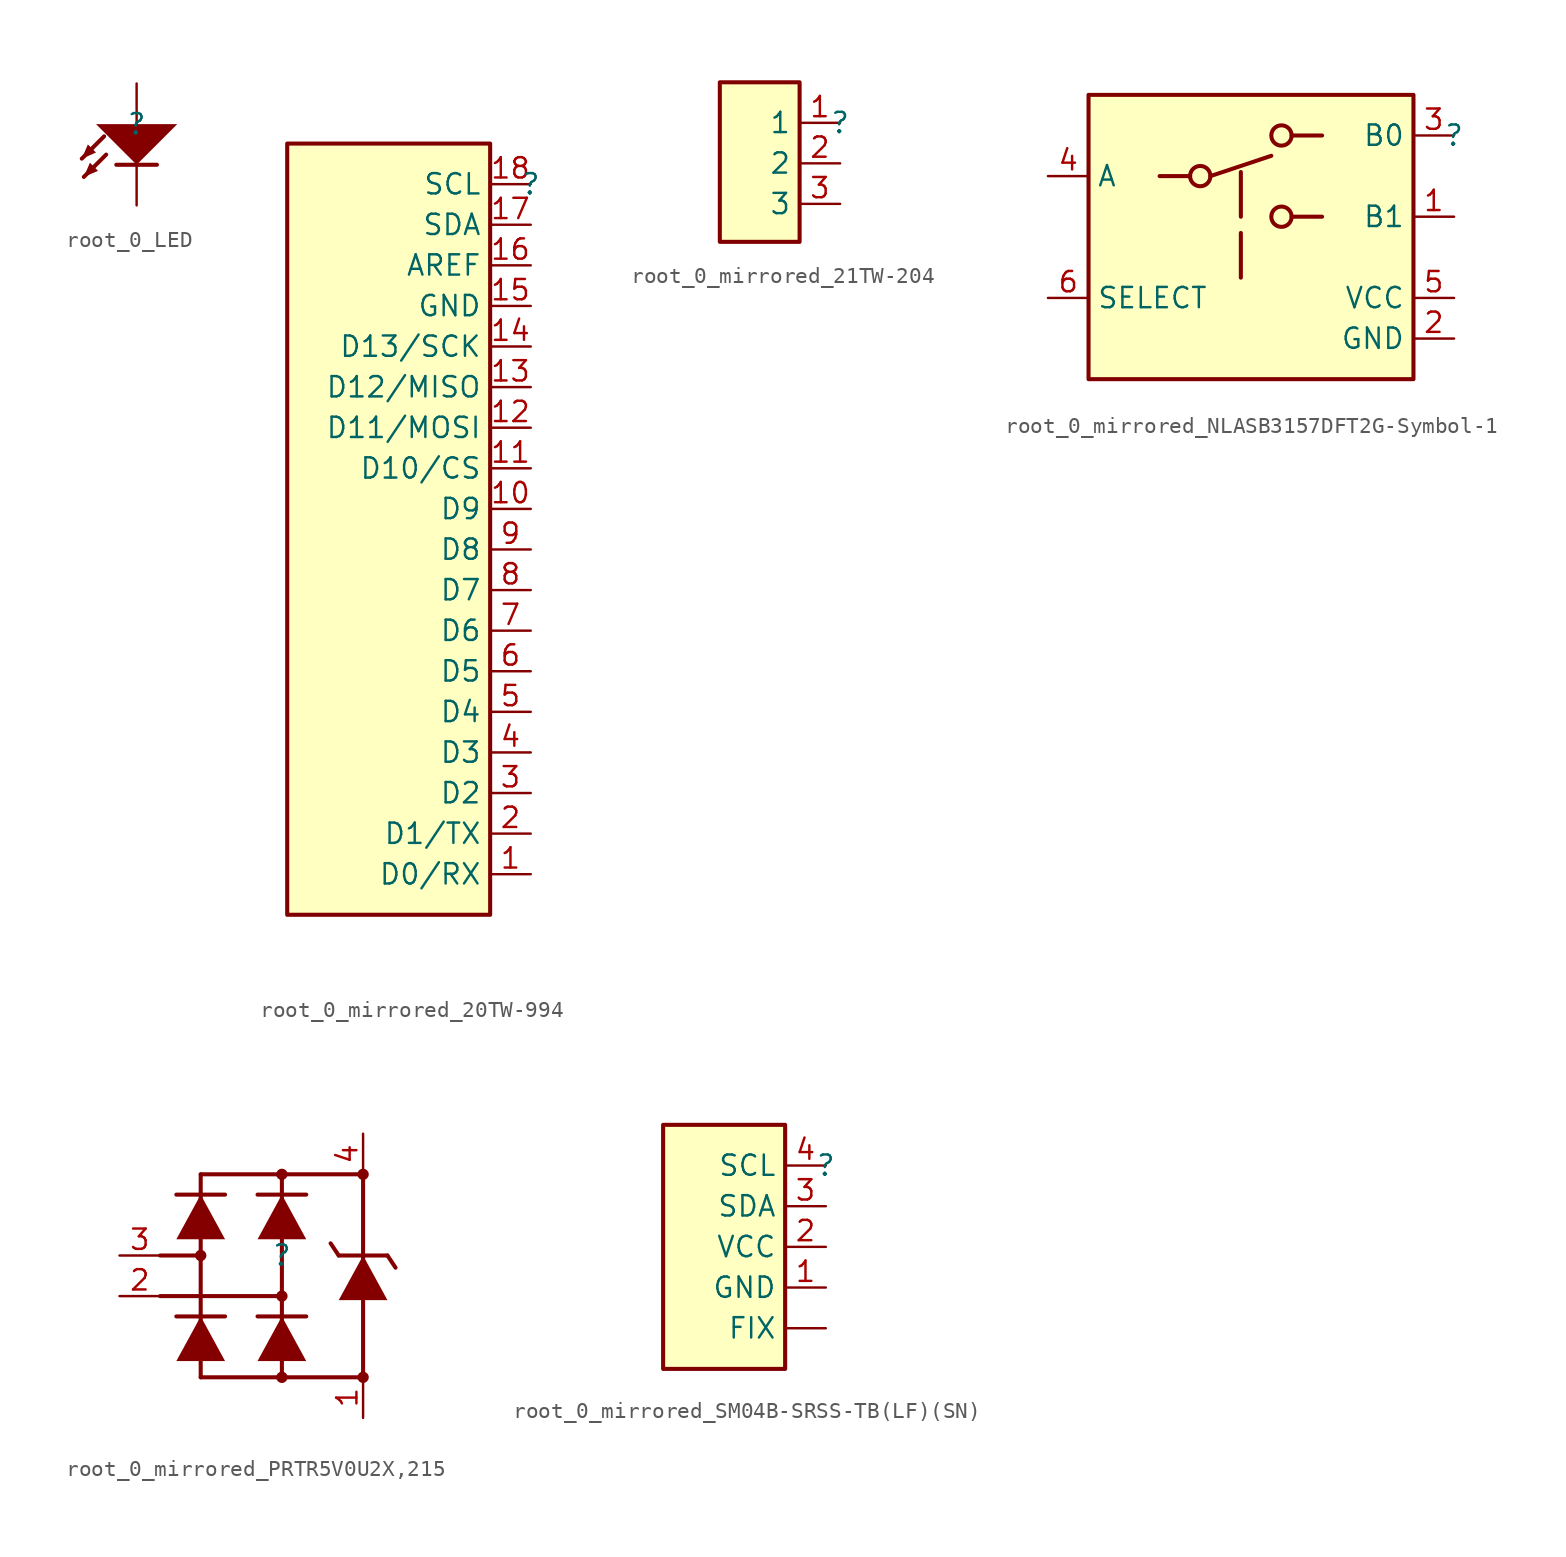
<source format=kicad_sym>
(kicad_symbol_lib
  (version 20231120)
  (generator "kicad_symbol_editor")
  (generator_version "8.0")
  (symbol "root_0_LED"
    (property "Reference" ""
      (at 0 0 0)
      (effects (font (size 1.27 1.27))))
    (property "Value" ""
      (at 0 0 0)
      (effects (font (size 1.27 1.27))))
    (symbol "root_0_LED_1_0"
      (polyline (pts (xy -3.429 -2.159) (xy -2.032 -0.762)) (stroke (width 0.254) (type solid)) (fill (type none)))
      (polyline (pts (xy -3.302 -3.302) (xy -1.905 -1.905)) (stroke (width 0.254) (type solid)) (fill (type none)))
      (polyline (pts (xy -1.27 -2.54) (xy 0 -2.54)) (stroke (width 0.254) (type solid)) (fill (type none)))
      (polyline (pts (xy 0 -2.54) (xy 1.27 -2.54)) (stroke (width 0.254) (type solid)) (fill (type none)))
      (polyline (pts (xy -3.429 -2.159) (xy -3.048 -1.27) (xy -2.54 -1.778) (xy -3.429 -2.159)) (stroke (width -0.0001) (type solid)) (fill (type outline)))
      (polyline (pts (xy -3.302 -3.302) (xy -2.921 -2.413) (xy -2.413 -2.921) (xy -3.302 -3.302)) (stroke (width -0.0001) (type solid)) (fill (type outline)))
      (polyline (pts (xy -2.54 0) (xy 2.54 0) (xy 0 -2.54) (xy -2.54 0)) (stroke (width -0.0001) (type solid)) (fill (type outline)))
      (pin passive line (at 0 2.54 270) (length 2.54) (name "A" (effects (font (size 0 0)))) (number "A" (effects (font (size 0 0)))))
      (pin passive line (at 0 -5.08 90) (length 2.54) (name "C" (effects (font (size 0 0)))) (number "C" (effects (font (size 0 0)))))))
  (symbol "root_0_mirrored_20TW-994"
    (property "Reference" ""
      (at 0 0 0)
      (effects (font (size 1.27 1.27))))
    (property "Value" ""
      (at 0 0 0)
      (effects (font (size 1.27 1.27))))
    (symbol "root_0_mirrored_20TW-994_1_0"
      (rectangle (start -2.54 2.54) (end -15.24 -45.72) (stroke (width 0.254) (type solid) (color 128 0 0 1)) (fill (type background)))
      (pin passive line (at 0 -43.18 180) (length 2.54) (name "D0/RX" (effects (font (size 1.27 1.27)))) (number "1" (effects (font (size 1.27 1.27)))))
      (pin passive line (at 0 -20.32 180) (length 2.54) (name "D9" (effects (font (size 1.27 1.27)))) (number "10" (effects (font (size 1.27 1.27)))))
      (pin passive line (at 0 -17.78 180) (length 2.54) (name "D10/CS" (effects (font (size 1.27 1.27)))) (number "11" (effects (font (size 1.27 1.27)))))
      (pin passive line (at 0 -15.24 180) (length 2.54) (name "D11/MOSI" (effects (font (size 1.27 1.27)))) (number "12" (effects (font (size 1.27 1.27)))))
      (pin passive line (at 0 -12.7 180) (length 2.54) (name "D12/MISO" (effects (font (size 1.27 1.27)))) (number "13" (effects (font (size 1.27 1.27)))))
      (pin passive line (at 0 -10.16 180) (length 2.54) (name "D13/SCK" (effects (font (size 1.27 1.27)))) (number "14" (effects (font (size 1.27 1.27)))))
      (pin passive line (at 0 -7.62 180) (length 2.54) (name "GND" (effects (font (size 1.27 1.27)))) (number "15" (effects (font (size 1.27 1.27)))))
      (pin passive line (at 0 -5.08 180) (length 2.54) (name "AREF" (effects (font (size 1.27 1.27)))) (number "16" (effects (font (size 1.27 1.27)))))
      (pin passive line (at 0 -2.54 180) (length 2.54) (name "SDA" (effects (font (size 1.27 1.27)))) (number "17" (effects (font (size 1.27 1.27)))))
      (pin passive line (at 0 0 180) (length 2.54) (name "SCL" (effects (font (size 1.27 1.27)))) (number "18" (effects (font (size 1.27 1.27)))))
      (pin passive line (at 0 -40.64 180) (length 2.54) (name "D1/TX" (effects (font (size 1.27 1.27)))) (number "2" (effects (font (size 1.27 1.27)))))
      (pin passive line (at 0 -38.1 180) (length 2.54) (name "D2" (effects (font (size 1.27 1.27)))) (number "3" (effects (font (size 1.27 1.27)))))
      (pin passive line (at 0 -35.56 180) (length 2.54) (name "D3" (effects (font (size 1.27 1.27)))) (number "4" (effects (font (size 1.27 1.27)))))
      (pin passive line (at 0 -33.02 180) (length 2.54) (name "D4" (effects (font (size 1.27 1.27)))) (number "5" (effects (font (size 1.27 1.27)))))
      (pin passive line (at 0 -30.48 180) (length 2.54) (name "D5" (effects (font (size 1.27 1.27)))) (number "6" (effects (font (size 1.27 1.27)))))
      (pin passive line (at 0 -27.94 180) (length 2.54) (name "D6" (effects (font (size 1.27 1.27)))) (number "7" (effects (font (size 1.27 1.27)))))
      (pin passive line (at 0 -25.4 180) (length 2.54) (name "D7" (effects (font (size 1.27 1.27)))) (number "8" (effects (font (size 1.27 1.27)))))
      (pin passive line (at 0 -22.86 180) (length 2.54) (name "D8" (effects (font (size 1.27 1.27)))) (number "9" (effects (font (size 1.27 1.27)))))))
  (symbol "root_0_mirrored_21TW-204"
    (property "Reference" ""
      (at 0 0 0)
      (effects (font (size 1.27 1.27))))
    (property "Value" ""
      (at 0 0 0)
      (effects (font (size 1.27 1.27))))
    (symbol "root_0_mirrored_21TW-204_1_0"
      (rectangle (start -2.54 2.54) (end -7.54 -7.46) (stroke (width 0.254) (type solid) (color 128 0 0 1)) (fill (type background)))
      (pin passive line (at 0 0 180) (length 2.54) (name "1" (effects (font (size 1.27 1.27)))) (number "1" (effects (font (size 1.27 1.27)))))
      (pin passive line (at 0 -2.54 180) (length 2.54) (name "2" (effects (font (size 1.27 1.27)))) (number "2" (effects (font (size 1.27 1.27)))))
      (pin passive line (at 0 -5.08 180) (length 2.54) (name "3" (effects (font (size 1.27 1.27)))) (number "3" (effects (font (size 1.27 1.27)))))))
  (symbol "root_0_mirrored_NLASB3157DFT2G-Symbol-1"
    (property "Reference" ""
      (at 0 0 0)
      (effects (font (size 1.27 1.27))))
    (property "Value" ""
      (at 0 0 0)
      (effects (font (size 1.27 1.27))))
    (symbol "root_0_mirrored_NLASB3157DFT2G-Symbol-1_1_0"
      (circle (center -15.875 -2.54) (radius 0.635) (stroke (width 0.254) (type solid)) (fill (type none)))
      (circle (center -10.795 -5.08) (radius 0.635) (stroke (width 0.254) (type solid)) (fill (type none)))
      (circle (center -10.795 0) (radius 0.635) (stroke (width 0.254) (type solid)) (fill (type none)))
      (rectangle (start -2.54 2.54) (end -22.86 -15.24) (stroke (width 0.254) (type solid) (color 128 0 0 1)) (fill (type background)))
      (polyline (pts (xy -18.415 -2.54) (xy -16.51 -2.54)) (stroke (width 0.254) (type solid)) (fill (type none)))
      (polyline (pts (xy -13.335 -8.89) (xy -13.335 -1.905)) (stroke (width 0.254) (type dash)) (fill (type none)))
      (polyline (pts (xy -11.43 -1.27) (xy -15.24 -2.54)) (stroke (width 0.254) (type solid)) (fill (type none)))
      (polyline (pts (xy -8.255 -5.08) (xy -10.16 -5.08)) (stroke (width 0.254) (type solid)) (fill (type none)))
      (polyline (pts (xy -8.255 0) (xy -10.16 0)) (stroke (width 0.254) (type solid)) (fill (type none)))
      (pin passive line (at 0 -5.08 180) (length 2.54) (name "B1" (effects (font (size 1.27 1.27)))) (number "1" (effects (font (size 1.27 1.27)))))
      (pin passive line (at 0 -12.7 180) (length 2.54) (name "GND" (effects (font (size 1.27 1.27)))) (number "2" (effects (font (size 1.27 1.27)))))
      (pin passive line (at 0 0 180) (length 2.54) (name "B0" (effects (font (size 1.27 1.27)))) (number "3" (effects (font (size 1.27 1.27)))))
      (pin passive line (at -25.4 -2.54 0) (length 2.54) (name "A" (effects (font (size 1.27 1.27)))) (number "4" (effects (font (size 1.27 1.27)))))
      (pin passive line (at 0 -10.16 180) (length 2.54) (name "VCC" (effects (font (size 1.27 1.27)))) (number "5" (effects (font (size 1.27 1.27)))))
      (pin passive line (at -25.4 -10.16 0) (length 2.54) (name "SELECT" (effects (font (size 1.27 1.27)))) (number "6" (effects (font (size 1.27 1.27)))))))
  (symbol "root_0_mirrored_PRTR5V0U2X,215"
    (property "Reference" ""
      (at 0 0 0)
      (effects (font (size 1.27 1.27))))
    (property "Value" ""
      (at 0 0 0)
      (effects (font (size 1.27 1.27))))
    (symbol "root_0_mirrored_PRTR5V0U2X,215_1_0"
      (circle (center -5.08 0) (radius 0.102) (stroke (width 0.254) (type solid)) (fill (type none)))
      (circle (center -5.08 0) (radius 0.178) (stroke (width 0.254) (type solid)) (fill (type none)))
      (circle (center 0 -7.62) (radius 0.102) (stroke (width 0.254) (type solid)) (fill (type none)))
      (circle (center 0 -7.62) (radius 0.178) (stroke (width 0.254) (type solid)) (fill (type none)))
      (circle (center 0 -2.54) (radius 0.102) (stroke (width 0.254) (type solid)) (fill (type none)))
      (circle (center 0 -2.54) (radius 0.178) (stroke (width 0.254) (type solid)) (fill (type none)))
      (polyline (pts (xy -7.62 -2.54) (xy 0 -2.54)) (stroke (width 0.254) (type solid)) (fill (type none)))
      (polyline (pts (xy -7.62 0) (xy -5.08 0)) (stroke (width 0.254) (type solid)) (fill (type none)))
      (polyline (pts (xy -6.604 -3.81) (xy -3.556 -3.81)) (stroke (width 0.254) (type solid)) (fill (type none)))
      (polyline (pts (xy -6.604 3.81) (xy -3.556 3.81)) (stroke (width 0.254) (type solid)) (fill (type none)))
      (polyline (pts (xy -5.08 -7.62) (xy 5.08 -7.62)) (stroke (width 0.254) (type solid)) (fill (type none)))
      (polyline (pts (xy -5.08 5.08) (xy -5.08 -7.62)) (stroke (width 0.254) (type solid)) (fill (type none)))
      (polyline (pts (xy -5.08 5.08) (xy 5.08 5.08)) (stroke (width 0.254) (type solid)) (fill (type none)))
      (polyline (pts (xy -1.524 -3.81) (xy 1.524 -3.81)) (stroke (width 0.254) (type solid)) (fill (type none)))
      (polyline (pts (xy -1.524 3.81) (xy 1.524 3.81)) (stroke (width 0.254) (type solid)) (fill (type none)))
      (polyline (pts (xy 0 5.08) (xy 0 -7.62)) (stroke (width 0.254) (type solid)) (fill (type none)))
      (polyline (pts (xy 3.556 0) (xy 3.048 0.762)) (stroke (width 0.254) (type solid)) (fill (type none)))
      (polyline (pts (xy 3.556 0) (xy 6.604 0)) (stroke (width 0.254) (type solid)) (fill (type none)))
      (polyline (pts (xy 5.08 -7.62) (xy 5.08 5.08)) (stroke (width 0.254) (type solid)) (fill (type none)))
      (polyline (pts (xy 7.112 -0.762) (xy 6.604 0)) (stroke (width 0.254) (type solid)) (fill (type none)))
      (polyline (pts (xy -5.08 -3.81) (xy -3.556 -6.604) (xy -6.604 -6.604) (xy -5.08 -3.81)) (stroke (width -0.0001) (type solid)) (fill (type outline)))
      (polyline (pts (xy -5.08 3.81) (xy -3.556 1.016) (xy -6.604 1.016) (xy -5.08 3.81)) (stroke (width -0.0001) (type solid)) (fill (type outline)))
      (polyline (pts (xy 0 -3.81) (xy 1.524 -6.604) (xy -1.524 -6.604) (xy 0 -3.81)) (stroke (width -0.0001) (type solid)) (fill (type outline)))
      (polyline (pts (xy 0 3.81) (xy 1.524 1.016) (xy -1.524 1.016) (xy 0 3.81)) (stroke (width -0.0001) (type solid)) (fill (type outline)))
      (polyline (pts (xy 5.08 0) (xy 6.604 -2.794) (xy 3.556 -2.794) (xy 5.08 0)) (stroke (width -0.0001) (type solid)) (fill (type outline)))
      (circle (center 0 5.08) (radius 0.102) (stroke (width 0.254) (type solid)) (fill (type none)))
      (circle (center 0 5.08) (radius 0.178) (stroke (width 0.254) (type solid)) (fill (type none)))
      (circle (center 5.08 -7.62) (radius 0.102) (stroke (width 0.254) (type solid)) (fill (type none)))
      (circle (center 5.08 -7.62) (radius 0.178) (stroke (width 0.254) (type solid)) (fill (type none)))
      (circle (center 5.08 5.08) (radius 0.102) (stroke (width 0.254) (type solid)) (fill (type none)))
      (circle (center 5.08 5.08) (radius 0.178) (stroke (width 0.254) (type solid)) (fill (type none)))
      (pin passive line (at 5.08 -10.16 90) (length 2.54) (name "1" (effects (font (size 0 0)))) (number "1" (effects (font (size 1.27 1.27)))))
      (pin passive line (at -10.16 -2.54 0) (length 2.54) (name "2" (effects (font (size 0 0)))) (number "2" (effects (font (size 1.27 1.27)))))
      (pin passive line (at -10.16 0 0) (length 2.54) (name "3" (effects (font (size 0 0)))) (number "3" (effects (font (size 1.27 1.27)))))
      (pin passive line (at 5.08 7.62 270) (length 2.54) (name "4" (effects (font (size 0 0)))) (number "4" (effects (font (size 1.27 1.27)))))))
  (symbol "root_0_mirrored_SM04B-SRSS-TB(LF)(SN)"
    (property "Reference" ""
      (at 0 0 0)
      (effects (font (size 1.27 1.27))))
    (property "Value" ""
      (at 0 0 0)
      (effects (font (size 1.27 1.27))))
    (symbol "root_0_mirrored_SM04B-SRSS-TB(LF)(SN)_1_0"
      (rectangle (start -2.54 2.54) (end -10.16 -12.7) (stroke (width 0.254) (type solid) (color 128 0 0 1)) (fill (type background)))
      (pin passive line (at 0 -7.62 180) (length 2.54) (name "GND" (effects (font (size 1.27 1.27)))) (number "1" (effects (font (size 1.27 1.27)))))
      (pin passive line (at 0 -5.08 180) (length 2.54) (name "VCC" (effects (font (size 1.27 1.27)))) (number "2" (effects (font (size 1.27 1.27)))))
      (pin passive line (at 0 -2.54 180) (length 2.54) (name "SDA" (effects (font (size 1.27 1.27)))) (number "3" (effects (font (size 1.27 1.27)))))
      (pin passive line (at 0 0 180) (length 2.54) (name "SCL" (effects (font (size 1.27 1.27)))) (number "4" (effects (font (size 1.27 1.27)))))
      (pin passive line (at 0 -10.16 180) (length 2.54) (name "FIX" (effects (font (size 1.27 1.27)))) (number "FIX" (effects (font (size 0 0))))))))
</source>
